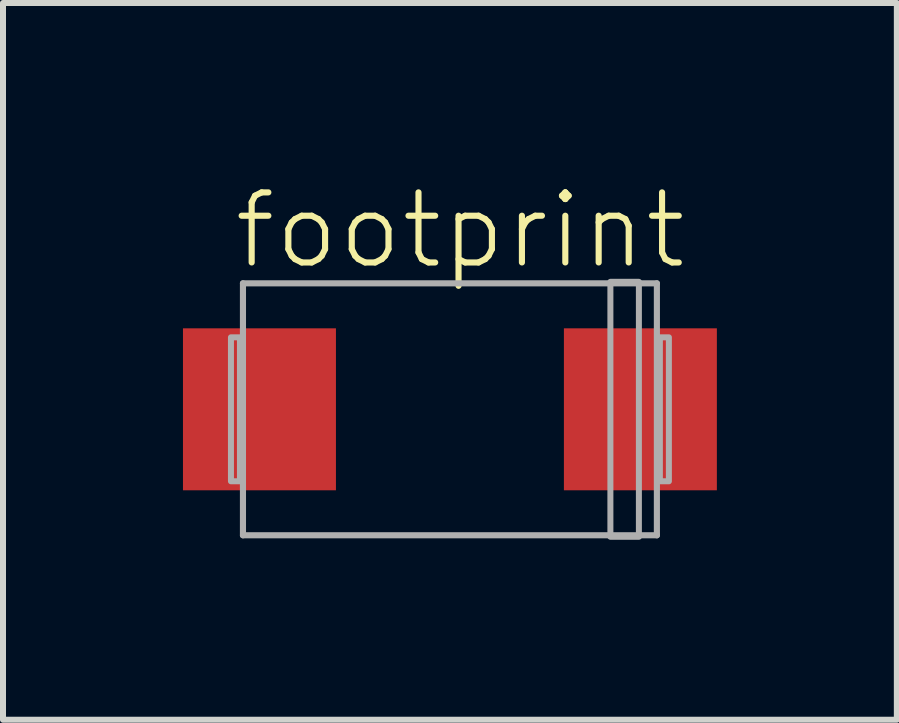
<source format=kicad_pcb>
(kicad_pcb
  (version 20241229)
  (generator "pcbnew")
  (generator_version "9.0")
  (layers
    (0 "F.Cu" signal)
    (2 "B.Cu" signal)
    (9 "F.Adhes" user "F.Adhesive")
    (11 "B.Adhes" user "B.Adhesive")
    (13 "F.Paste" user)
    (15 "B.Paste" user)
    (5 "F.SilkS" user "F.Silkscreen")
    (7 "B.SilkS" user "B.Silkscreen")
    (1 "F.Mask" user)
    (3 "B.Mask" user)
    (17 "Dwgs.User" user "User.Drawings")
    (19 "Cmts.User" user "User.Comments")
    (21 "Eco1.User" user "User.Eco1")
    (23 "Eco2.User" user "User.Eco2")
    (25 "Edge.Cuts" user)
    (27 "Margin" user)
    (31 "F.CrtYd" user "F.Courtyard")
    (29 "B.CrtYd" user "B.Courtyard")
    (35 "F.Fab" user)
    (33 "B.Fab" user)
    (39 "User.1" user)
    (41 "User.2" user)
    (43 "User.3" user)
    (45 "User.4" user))
  (footprint "footprint"
    (layer "F.Cu")
    (at 4.45 3.773)
    (property "Reference" "footprint" (at -3.65 -2.3 0) (layer "F.SilkS") (effects (font (size 1.168 1.168) (thickness 0.102)) (justify left bottom)))
    (fp_line (start -3.45 -2.1) (end 3.45 -2.1) (stroke (width 0.102) (type solid)) (layer "F.Fab"))
    (fp_line (start -3.45 2.1) (end -3.45 -2.1) (stroke (width 0.102) (type solid)) (layer "F.Fab"))
    (fp_line (start 3.45 -2.1) (end 3.45 2.1) (stroke (width 0.102) (type solid)) (layer "F.Fab"))
    (fp_line (start 3.45 2.1) (end -3.45 2.1) (stroke (width 0.102) (type solid)) (layer "F.Fab"))
    (fp_poly (pts (xy -3.65 1.2) (xy -3.5 1.2) (xy -3.5 -1.2) (xy -3.65 -1.2)) (stroke (width 0.1) (type solid)) (fill no) (layer "F.Fab"))
    (fp_poly (pts (xy 2.675 2.125) (xy 3.15 2.125) (xy 3.15 -2.125) (xy 2.675 -2.125)) (stroke (width 0.1) (type solid)) (fill no) (layer "F.Fab"))
    (fp_poly (pts (xy 3.5 1.2) (xy 3.65 1.2) (xy 3.65 -1.2) (xy 3.5 -1.2)) (stroke (width 0.1) (type solid)) (fill no) (layer "F.Fab"))
    (pad "+" smd rect (at 3.175 0) (size 2.55 2.7) (layers "F.Cu" "F.Mask" "F.Paste"))
    (pad "-" smd rect (at -3.175 0) (size 2.55 2.7) (layers "F.Cu" "F.Mask" "F.Paste")))
  (gr_rect
    (start -3 -3)
    (end 11.9 8.948)
    (stroke (width 0.1) (type default))
    (fill no)
    (layer "Edge.Cuts")))
</source>
